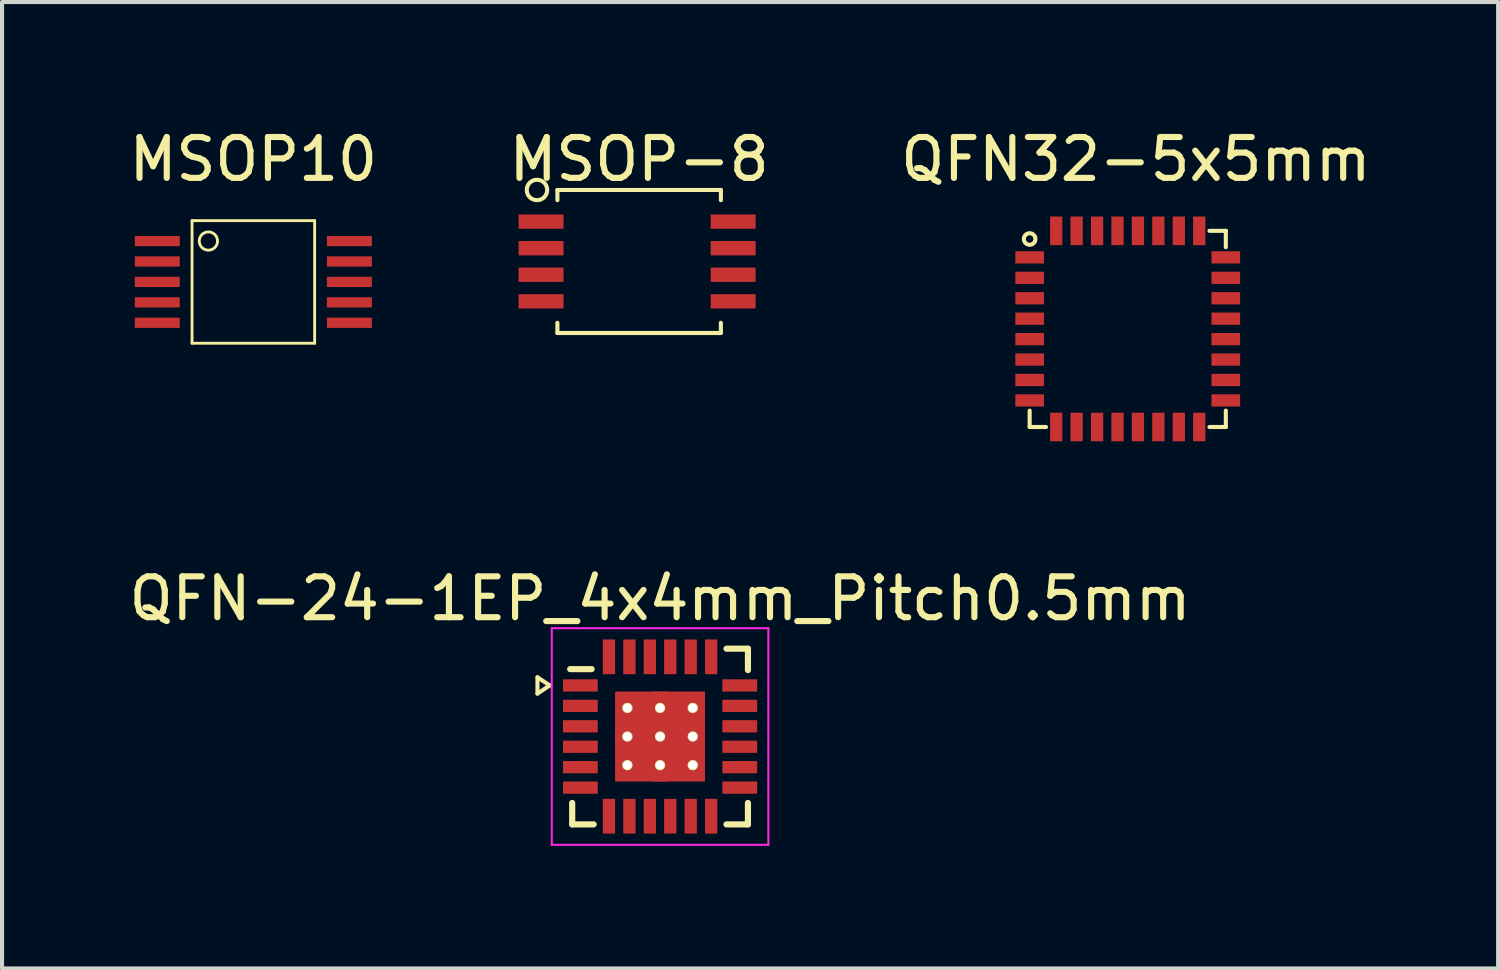
<source format=kicad_pcb>
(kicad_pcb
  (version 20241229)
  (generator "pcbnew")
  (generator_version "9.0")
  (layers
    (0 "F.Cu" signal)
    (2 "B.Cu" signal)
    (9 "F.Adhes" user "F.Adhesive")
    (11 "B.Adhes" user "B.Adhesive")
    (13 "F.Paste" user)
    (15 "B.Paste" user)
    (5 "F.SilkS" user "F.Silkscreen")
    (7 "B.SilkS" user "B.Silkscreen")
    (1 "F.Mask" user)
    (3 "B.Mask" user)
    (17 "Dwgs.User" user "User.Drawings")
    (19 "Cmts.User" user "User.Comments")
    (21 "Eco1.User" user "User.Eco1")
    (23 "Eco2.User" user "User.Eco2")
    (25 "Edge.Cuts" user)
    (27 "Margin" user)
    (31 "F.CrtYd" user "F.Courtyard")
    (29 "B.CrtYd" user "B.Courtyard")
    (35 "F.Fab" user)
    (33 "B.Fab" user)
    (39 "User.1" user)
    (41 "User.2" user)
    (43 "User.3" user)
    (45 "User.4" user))
  (footprint "QFN32-5x5mm"
    (layer "F.Cu")
    (at 24.544 4.998)
    (property "Reference" "QFN32-5x5mm" (at 0.2 -4.15 0) (layer "F.SilkS") (effects (font (size 1 1) (thickness 0.15))))
    (attr through_hole)
    (fp_line (start -2.4 2) (end -2.4 2.4) (stroke (width 0.1) (type solid)) (layer "F.SilkS"))
    (fp_line (start -2.4 2.4) (end -2 2.4) (stroke (width 0.1) (type solid)) (layer "F.SilkS"))
    (fp_line (start 2 2.4) (end 2.4 2.4) (stroke (width 0.1) (type solid)) (layer "F.SilkS"))
    (fp_line (start 2.4 -2.4) (end 2 -2.4) (stroke (width 0.1) (type solid)) (layer "F.SilkS"))
    (fp_line (start 2.4 -2) (end 2.4 -2.4) (stroke (width 0.1) (type solid)) (layer "F.SilkS"))
    (fp_line (start 2.4 2.4) (end 2.4 2) (stroke (width 0.1) (type solid)) (layer "F.SilkS"))
    (fp_circle (center -2.4 -2.2) (end -2.3 -2.1) (stroke (width 0.1) (type solid)) (fill no) (layer "F.SilkS"))
    (pad "1" smd rect (at -2.4 -1.75) (size 0.7 0.3) (layers "F.Cu" "F.Mask" "F.Paste"))
    (pad "2" smd rect (at -2.4 -1.25) (size 0.7 0.3) (layers "F.Cu" "F.Mask" "F.Paste"))
    (pad "3" smd rect (at -2.4 -0.75) (size 0.7 0.3) (layers "F.Cu" "F.Mask" "F.Paste"))
    (pad "4" smd rect (at -2.4 -0.25) (size 0.7 0.3) (layers "F.Cu" "F.Mask" "F.Paste"))
    (pad "5" smd rect (at -2.4 0.25) (size 0.7 0.3) (layers "F.Cu" "F.Mask" "F.Paste"))
    (pad "6" smd rect (at -2.4 0.75) (size 0.7 0.3) (layers "F.Cu" "F.Mask" "F.Paste"))
    (pad "7" smd rect (at -2.4 1.25) (size 0.7 0.3) (layers "F.Cu" "F.Mask" "F.Paste"))
    (pad "8" smd rect (at -2.4 1.75) (size 0.7 0.3) (layers "F.Cu" "F.Mask" "F.Paste"))
    (pad "9" smd rect (at -1.75 2.4) (size 0.3 0.7) (layers "F.Cu" "F.Mask" "F.Paste"))
    (pad "10" smd rect (at -1.25 2.4) (size 0.3 0.7) (layers "F.Cu" "F.Mask" "F.Paste"))
    (pad "11" smd rect (at -0.75 2.4) (size 0.3 0.7) (layers "F.Cu" "F.Mask" "F.Paste"))
    (pad "12" smd rect (at -0.25 2.4) (size 0.3 0.7) (layers "F.Cu" "F.Mask" "F.Paste"))
    (pad "13" smd rect (at 0.25 2.4) (size 0.3 0.7) (layers "F.Cu" "F.Mask" "F.Paste"))
    (pad "14" smd rect (at 0.75 2.4) (size 0.3 0.7) (layers "F.Cu" "F.Mask" "F.Paste"))
    (pad "15" smd rect (at 1.25 2.4) (size 0.3 0.7) (layers "F.Cu" "F.Mask" "F.Paste"))
    (pad "16" smd rect (at 1.75 2.4) (size 0.3 0.7) (layers "F.Cu" "F.Mask" "F.Paste"))
    (pad "17" smd rect (at 2.4 1.75) (size 0.7 0.3) (layers "F.Cu" "F.Mask" "F.Paste"))
    (pad "18" smd rect (at 2.4 1.25) (size 0.7 0.3) (layers "F.Cu" "F.Mask" "F.Paste"))
    (pad "19" smd rect (at 2.4 0.75) (size 0.7 0.3) (layers "F.Cu" "F.Mask" "F.Paste"))
    (pad "20" smd rect (at 2.4 0.25) (size 0.7 0.3) (layers "F.Cu" "F.Mask" "F.Paste"))
    (pad "21" smd rect (at 2.4 -0.25) (size 0.7 0.3) (layers "F.Cu" "F.Mask" "F.Paste"))
    (pad "22" smd rect (at 2.4 -0.75) (size 0.7 0.3) (layers "F.Cu" "F.Mask" "F.Paste"))
    (pad "23" smd rect (at 2.4 -1.25) (size 0.7 0.3) (layers "F.Cu" "F.Mask" "F.Paste"))
    (pad "24" smd rect (at 2.4 -1.75) (size 0.7 0.3) (layers "F.Cu" "F.Mask" "F.Paste"))
    (pad "25" smd rect (at 1.75 -2.4) (size 0.3 0.7) (layers "F.Cu" "F.Mask" "F.Paste"))
    (pad "26" smd rect (at 1.25 -2.4) (size 0.3 0.7) (layers "F.Cu" "F.Mask" "F.Paste"))
    (pad "27" smd rect (at 0.75 -2.4) (size 0.3 0.7) (layers "F.Cu" "F.Mask" "F.Paste"))
    (pad "28" smd rect (at 0.25 -2.4) (size 0.3 0.7) (layers "F.Cu" "F.Mask" "F.Paste"))
    (pad "29" smd rect (at -0.25 -2.4) (size 0.3 0.7) (layers "F.Cu" "F.Mask" "F.Paste"))
    (pad "30" smd rect (at -0.75 -2.4) (size 0.3 0.7) (layers "F.Cu" "F.Mask" "F.Paste"))
    (pad "31" smd rect (at -1.25 -2.4) (size 0.3 0.7) (layers "F.Cu" "F.Mask" "F.Paste"))
    (pad "32" smd rect (at -1.75 -2.4) (size 0.3 0.7) (layers "F.Cu" "F.Mask" "F.Paste")))
  (footprint "MSOP10"
    (layer "F.Cu")
    (at 3.149 3.848)
    (property "Reference" "MSOP10" (at 0 -3 0) (layer "F.SilkS") (effects (font (size 1 1) (thickness 0.15))))
    (attr through_hole)
    (fp_line (start -1.5 -1.5) (end 1.5 -1.5) (stroke (width 0.07) (type solid)) (layer "F.SilkS"))
    (fp_line (start -1.5 1.5) (end -1.5 -1.5) (stroke (width 0.07) (type solid)) (layer "F.SilkS"))
    (fp_line (start 1.5 -1.5) (end 1.5 1.5) (stroke (width 0.07) (type solid)) (layer "F.SilkS"))
    (fp_line (start 1.5 1.5) (end -1.5 1.5) (stroke (width 0.07) (type solid)) (layer "F.SilkS"))
    (fp_circle (center -1.1 -1) (end -1 -0.8) (stroke (width 0.07) (type solid)) (fill no) (layer "F.SilkS"))
    (pad "1" smd rect (at -2.35 -1) (size 1.1 0.25) (layers "F.Cu" "F.Mask" "F.Paste"))
    (pad "2" smd rect (at -2.35 -0.5) (size 1.1 0.25) (layers "F.Cu" "F.Mask" "F.Paste"))
    (pad "3" smd rect (at -2.35 0) (size 1.1 0.25) (layers "F.Cu" "F.Mask" "F.Paste"))
    (pad "4" smd rect (at -2.35 0.5) (size 1.1 0.25) (layers "F.Cu" "F.Mask" "F.Paste"))
    (pad "5" smd rect (at -2.35 1) (size 1.1 0.25) (layers "F.Cu" "F.Mask" "F.Paste"))
    (pad "6" smd rect (at 2.35 1) (size 1.1 0.25) (layers "F.Cu" "F.Mask" "F.Paste"))
    (pad "7" smd rect (at 2.35 0.5) (size 1.1 0.25) (layers "F.Cu" "F.Mask" "F.Paste"))
    (pad "8" smd rect (at 2.35 0) (size 1.1 0.25) (layers "F.Cu" "F.Mask" "F.Paste"))
    (pad "9" smd rect (at 2.35 -0.5) (size 1.1 0.25) (layers "F.Cu" "F.Mask" "F.Paste"))
    (pad "10" smd rect (at 2.35 -1) (size 1.1 0.25) (layers "F.Cu" "F.Mask" "F.Paste")))
  (footprint "QFN-24-1EP_4x4mm_Pitch0.5mm"
    (layer "F.Cu")
    (at 13.101 14.972)
    (property "Reference" "QFN-24-1EP_4x4mm_Pitch0.5mm" (at 0 -3.375 0) (layer "F.SilkS") (effects (font (size 1 1) (thickness 0.15))))
    (attr smd)
    (fp_line (start -3 -1.45) (end -3 -1.05) (stroke (width 0.1) (type solid)) (layer "F.SilkS"))
    (fp_line (start -3 -1.05) (end -2.7 -1.25) (stroke (width 0.1) (type solid)) (layer "F.SilkS"))
    (fp_line (start -2.7 -1.25) (end -3 -1.45) (stroke (width 0.1) (type solid)) (layer "F.SilkS"))
    (fp_line (start -2.2 -1.65) (end -1.675 -1.65) (stroke (width 0.15) (type solid)) (layer "F.SilkS"))
    (fp_line (start -2.15 2.15) (end -2.15 1.625) (stroke (width 0.15) (type solid)) (layer "F.SilkS"))
    (fp_line (start -2.15 2.15) (end -1.625 2.15) (stroke (width 0.15) (type solid)) (layer "F.SilkS"))
    (fp_line (start 2.15 -2.15) (end 1.625 -2.15) (stroke (width 0.15) (type solid)) (layer "F.SilkS"))
    (fp_line (start 2.15 -2.15) (end 2.15 -1.625) (stroke (width 0.15) (type solid)) (layer "F.SilkS"))
    (fp_line (start 2.15 2.15) (end 1.625 2.15) (stroke (width 0.15) (type solid)) (layer "F.SilkS"))
    (fp_line (start 2.15 2.15) (end 2.15 1.625) (stroke (width 0.15) (type solid)) (layer "F.SilkS"))
    (fp_line (start -2.65 -2.65) (end -2.65 2.65) (stroke (width 0.05) (type solid)) (layer "F.CrtYd"))
    (fp_line (start -2.65 -2.65) (end 2.65 -2.65) (stroke (width 0.05) (type solid)) (layer "F.CrtYd"))
    (fp_line (start -2.65 2.65) (end 2.65 2.65) (stroke (width 0.05) (type solid)) (layer "F.CrtYd"))
    (fp_line (start 2.65 -2.65) (end 2.65 2.65) (stroke (width 0.05) (type solid)) (layer "F.CrtYd"))
    (pad "1" smd rect (at -1.95 -1.25) (size 0.85 0.3) (layers "F.Cu" "F.Mask" "F.Paste"))
    (pad "2" smd rect (at -1.95 -0.75) (size 0.85 0.3) (layers "F.Cu" "F.Mask" "F.Paste"))
    (pad "3" smd rect (at -1.95 -0.25) (size 0.85 0.3) (layers "F.Cu" "F.Mask" "F.Paste"))
    (pad "4" smd rect (at -1.95 0.25) (size 0.85 0.3) (layers "F.Cu" "F.Mask" "F.Paste"))
    (pad "5" smd rect (at -1.95 0.75) (size 0.85 0.3) (layers "F.Cu" "F.Mask" "F.Paste"))
    (pad "6" smd rect (at -1.95 1.25) (size 0.85 0.3) (layers "F.Cu" "F.Mask" "F.Paste"))
    (pad "7" smd rect (at -1.25 1.95 90) (size 0.85 0.3) (layers "F.Cu" "F.Mask" "F.Paste"))
    (pad "8" smd rect (at -0.75 1.95 90) (size 0.85 0.3) (layers "F.Cu" "F.Mask" "F.Paste"))
    (pad "9" smd rect (at -0.25 1.95 90) (size 0.85 0.3) (layers "F.Cu" "F.Mask" "F.Paste"))
    (pad "10" smd rect (at 0.25 1.95 90) (size 0.85 0.3) (layers "F.Cu" "F.Mask" "F.Paste"))
    (pad "11" smd rect (at 0.75 1.95 90) (size 0.85 0.3) (layers "F.Cu" "F.Mask" "F.Paste"))
    (pad "12" smd rect (at 1.25 1.95 90) (size 0.85 0.3) (layers "F.Cu" "F.Mask" "F.Paste"))
    (pad "13" smd rect (at 1.95 1.25) (size 0.85 0.3) (layers "F.Cu" "F.Mask" "F.Paste"))
    (pad "14" smd rect (at 1.95 0.75) (size 0.85 0.3) (layers "F.Cu" "F.Mask" "F.Paste"))
    (pad "15" smd rect (at 1.95 0.25) (size 0.85 0.3) (layers "F.Cu" "F.Mask" "F.Paste"))
    (pad "16" smd rect (at 1.95 -0.25) (size 0.85 0.3) (layers "F.Cu" "F.Mask" "F.Paste"))
    (pad "17" smd rect (at 1.95 -0.75) (size 0.85 0.3) (layers "F.Cu" "F.Mask" "F.Paste"))
    (pad "18" smd rect (at 1.95 -1.25) (size 0.85 0.3) (layers "F.Cu" "F.Mask" "F.Paste"))
    (pad "19" smd rect (at 1.25 -1.95 90) (size 0.85 0.3) (layers "F.Cu" "F.Mask" "F.Paste"))
    (pad "20" smd rect (at 0.75 -1.95 90) (size 0.85 0.3) (layers "F.Cu" "F.Mask" "F.Paste"))
    (pad "21" smd rect (at 0.25 -1.95 90) (size 0.85 0.3) (layers "F.Cu" "F.Mask" "F.Paste"))
    (pad "22" smd rect (at -0.25 -1.95 90) (size 0.85 0.3) (layers "F.Cu" "F.Mask" "F.Paste"))
    (pad "23" smd rect (at -0.75 -1.95 90) (size 0.85 0.3) (layers "F.Cu" "F.Mask" "F.Paste"))
    (pad "24" smd rect (at -1.25 -1.95 90) (size 0.85 0.3) (layers "F.Cu" "F.Mask" "F.Paste"))
    (pad "25" thru_hole circle (at -0.8 -0.7) (size 0.25 0.25) (drill 0.2) (layers "*.Cu" "F.Mask" "F.SilkS"))
    (pad "25" thru_hole circle (at -0.8 0) (size 0.25 0.25) (drill 0.2) (layers "*.Cu" "F.Mask" "F.SilkS"))
    (pad "25" thru_hole circle (at -0.8 0.7) (size 0.25 0.25) (drill 0.2) (layers "*.Cu" "F.Mask" "F.SilkS"))
    (pad "25" smd rect (at -0.45 -0.45) (size 1.3 1.3) (layers "F.Cu" "F.Mask" "F.Paste"))
    (pad "25" smd rect (at -0.45 0.45) (size 1.3 1.3) (layers "F.Cu" "F.Mask" "F.Paste"))
    (pad "25" thru_hole circle (at 0 -0.7) (size 0.25 0.25) (drill 0.2) (layers "*.Cu" "F.Mask" "F.SilkS"))
    (pad "25" thru_hole circle (at 0 0) (size 0.25 0.25) (drill 0.2) (layers "*.Cu" "F.Mask" "F.SilkS"))
    (pad "25" thru_hole circle (at 0 0.7) (size 0.25 0.25) (drill 0.2) (layers "*.Cu" "F.Mask" "F.SilkS"))
    (pad "25" smd rect (at 0.45 -0.45) (size 1.3 1.3) (layers "F.Cu" "F.Mask" "F.Paste"))
    (pad "25" smd rect (at 0.45 0.45) (size 1.3 1.3) (layers "F.Cu" "F.Mask" "F.Paste"))
    (pad "25" thru_hole circle (at 0.8 -0.7) (size 0.25 0.25) (drill 0.2) (layers "*.Cu" "F.Mask" "F.SilkS"))
    (pad "25" thru_hole circle (at 0.8 0) (size 0.25 0.25) (drill 0.2) (layers "*.Cu" "F.Mask" "F.SilkS"))
    (pad "25" thru_hole circle (at 0.8 0.7) (size 0.25 0.25) (drill 0.2) (layers "*.Cu" "F.Mask" "F.SilkS")))
  (footprint "MSOP-8"
    (layer "F.Cu")
    (at 10.189 2.373)
    (property "Reference" "MSOP-8" (at 2.4 -1.525 0) (layer "F.SilkS") (effects (font (size 1 1) (thickness 0.15))))
    (attr through_hole)
    (fp_line (start 0.4 -0.775) (end 4.4 -0.775) (stroke (width 0.1) (type solid)) (layer "F.SilkS"))
    (fp_line (start 0.4 -0.525) (end 0.4 -0.775) (stroke (width 0.1) (type solid)) (layer "F.SilkS"))
    (fp_line (start 0.4 2.475) (end 0.4 2.725) (stroke (width 0.1) (type solid)) (layer "F.SilkS"))
    (fp_line (start 0.4 2.725) (end 4.4 2.725) (stroke (width 0.1) (type solid)) (layer "F.SilkS"))
    (fp_line (start 4.4 -0.775) (end 4.4 -0.525) (stroke (width 0.1) (type solid)) (layer "F.SilkS"))
    (fp_line (start 4.4 2.725) (end 4.4 2.475) (stroke (width 0.1) (type solid)) (layer "F.SilkS"))
    (fp_circle (center -0.1 -0.775) (end -0.1 -0.525) (stroke (width 0.1) (type solid)) (fill no) (layer "F.SilkS"))
    (pad "1" smd rect (at 0 0 90) (size 0.35 1.1) (layers "F.Cu" "F.Mask" "F.Paste"))
    (pad "2" smd rect (at 0 0.65 90) (size 0.35 1.1) (layers "F.Cu" "F.Mask" "F.Paste"))
    (pad "3" smd rect (at 0 1.3 90) (size 0.35 1.1) (layers "F.Cu" "F.Mask" "F.Paste"))
    (pad "4" smd rect (at 0 1.95 90) (size 0.35 1.1) (layers "F.Cu" "F.Mask" "F.Paste"))
    (pad "5" smd rect (at 4.7 1.95 90) (size 0.35 1.1) (layers "F.Cu" "F.Mask" "F.Paste"))
    (pad "6" smd rect (at 4.7 1.3 90) (size 0.35 1.1) (layers "F.Cu" "F.Mask" "F.Paste"))
    (pad "7" smd rect (at 4.7 0.65 90) (size 0.35 1.1) (layers "F.Cu" "F.Mask" "F.Paste"))
    (pad "8" smd rect (at 4.7 0 90) (size 0.35 1.1) (layers "F.Cu" "F.Mask" "F.Paste")))
  (gr_rect
    (start -3 -3)
    (end 33.607 20.646)
    (stroke (width 0.1) (type default))
    (fill no)
    (layer "Edge.Cuts")))
</source>
